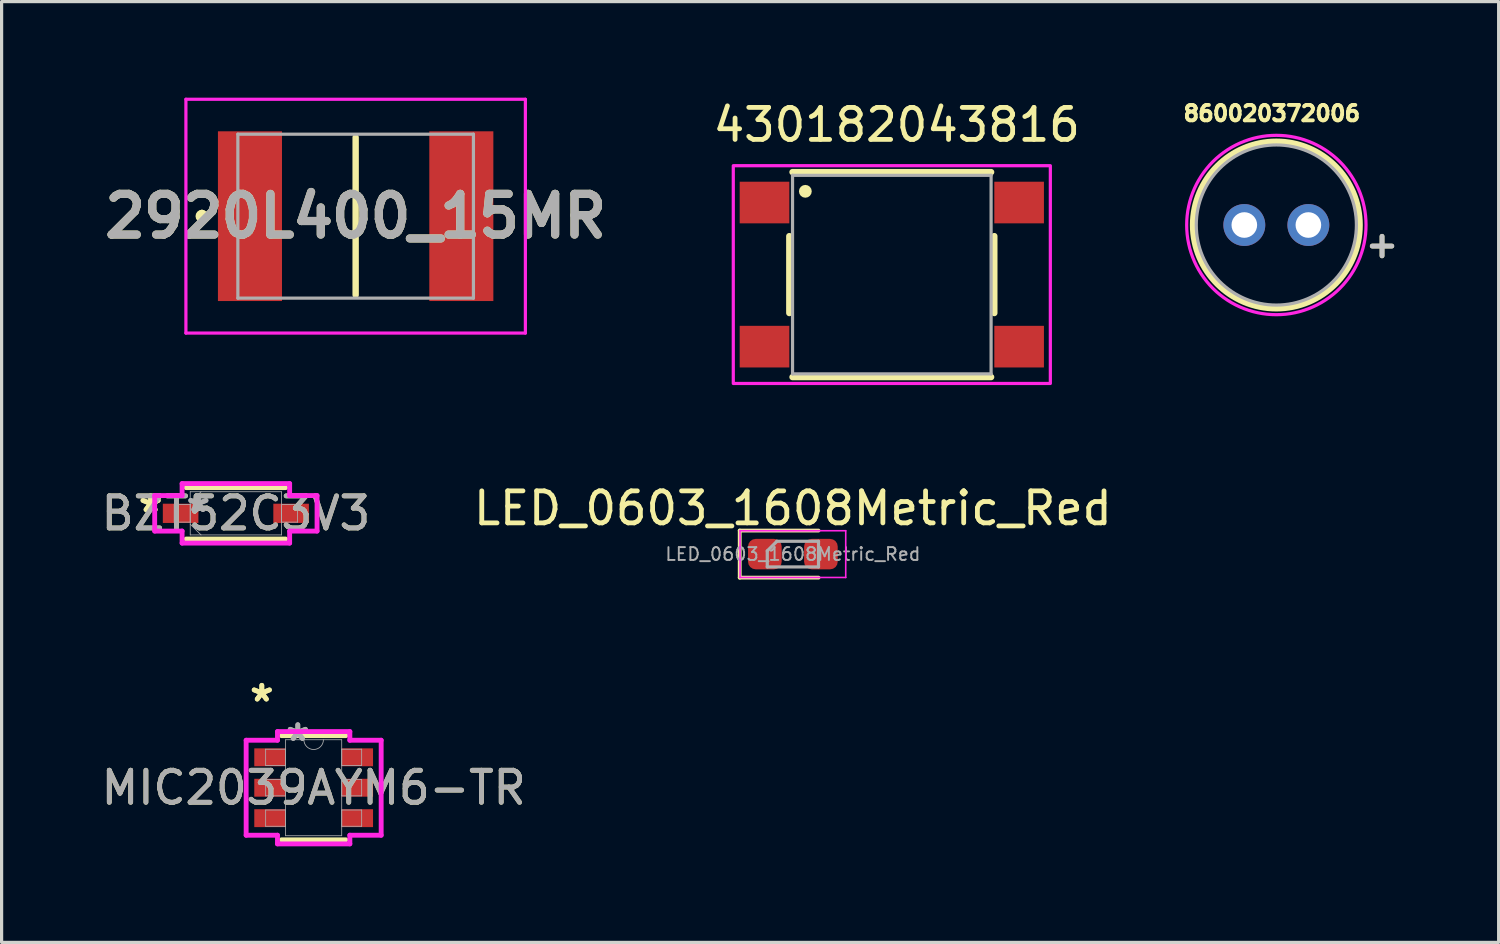
<source format=kicad_pcb>
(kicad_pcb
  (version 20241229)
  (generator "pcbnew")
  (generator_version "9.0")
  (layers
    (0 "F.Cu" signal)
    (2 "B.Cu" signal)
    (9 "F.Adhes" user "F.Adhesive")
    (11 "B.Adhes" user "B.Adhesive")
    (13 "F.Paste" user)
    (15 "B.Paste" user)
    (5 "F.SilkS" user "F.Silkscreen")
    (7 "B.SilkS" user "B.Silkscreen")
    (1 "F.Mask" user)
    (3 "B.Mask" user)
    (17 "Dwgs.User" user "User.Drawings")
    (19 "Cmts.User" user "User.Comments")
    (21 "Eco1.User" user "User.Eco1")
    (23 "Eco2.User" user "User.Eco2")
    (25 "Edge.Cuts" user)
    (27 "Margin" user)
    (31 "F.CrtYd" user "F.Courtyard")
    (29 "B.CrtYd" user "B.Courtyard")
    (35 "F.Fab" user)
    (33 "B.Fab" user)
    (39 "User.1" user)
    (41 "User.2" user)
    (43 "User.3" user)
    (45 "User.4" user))
  (footprint "2920L400_15MR"
    (layer "F.Cu")
    (at 8.055 3.7)
    (property "Reference" "2920L400_15MR" (at 0 0 0) (layer "F.SilkS") (effects (font (size 1.27 1.27) (thickness 0.254))))
    (attr smd)
    (fp_line (start -4.8 -0.1) (end -4.8 -0.1) (stroke (width 0.2) (type solid)) (layer "F.SilkS"))
    (fp_line (start -4.8 0.1) (end -4.8 0.1) (stroke (width 0.2) (type solid)) (layer "F.SilkS"))
    (fp_line (start 0 -2.46) (end 0 2.46) (stroke (width 0.2) (type solid)) (layer "F.SilkS"))
    (fp_arc (start -4.8 -0.1) (mid -4.7 0) (end -4.8 0.1) (stroke (width 0.2) (type solid)) (layer "F.SilkS"))
    (fp_arc (start -4.8 0.1) (mid -4.9 0) (end -4.8 -0.1) (stroke (width 0.2) (type solid)) (layer "F.SilkS"))
    (fp_line (start -5.3 -3.65) (end 5.3 -3.65) (stroke (width 0.1) (type solid)) (layer "F.CrtYd"))
    (fp_line (start -5.3 3.65) (end -5.3 -3.65) (stroke (width 0.1) (type solid)) (layer "F.CrtYd"))
    (fp_line (start 5.3 -3.65) (end 5.3 3.65) (stroke (width 0.1) (type solid)) (layer "F.CrtYd"))
    (fp_line (start 5.3 3.65) (end -5.3 3.65) (stroke (width 0.1) (type solid)) (layer "F.CrtYd"))
    (fp_line (start -3.678 -2.56) (end 3.678 -2.56) (stroke (width 0.1) (type solid)) (layer "F.Fab"))
    (fp_line (start -3.678 2.56) (end -3.678 -2.56) (stroke (width 0.1) (type solid)) (layer "F.Fab"))
    (fp_line (start 3.678 -2.56) (end 3.678 2.56) (stroke (width 0.1) (type solid)) (layer "F.Fab"))
    (fp_line (start 3.678 2.56) (end -3.678 2.56) (stroke (width 0.1) (type solid)) (layer "F.Fab"))
    (fp_text user "${REFERENCE}" (at 0 0 0) (layer "F.Fab") (effects (font (size 1.27 1.27) (thickness 0.254))))
    (pad "1" smd rect (at -3.3 0) (size 2 5.3) (layers "F.Cu" "F.Mask" "F.Paste"))
    (pad "2" smd rect (at 3.3 0) (size 2 5.3) (layers "F.Cu" "F.Mask" "F.Paste")))
  (footprint "BZT52C3V3"
    (layer "F.Cu")
    (at 4.315 12.979)
    (property "Reference" "BZT52C3V3" (at 0 0 0) (unlocked yes) (layer "F.SilkS") (effects (font (size 1 1) (thickness 0.15))))
    (attr smd)
    (fp_line (start -1.552 0.802) (end 1.552 0.802) (stroke (width 0.152) (type solid)) (layer "F.SilkS"))
    (fp_line (start 1.552 -0.802) (end -1.552 -0.802) (stroke (width 0.152) (type solid)) (layer "F.SilkS"))
    (fp_line (start -2.535 -0.554) (end -1.679 -0.554) (stroke (width 0.152) (type solid)) (layer "F.CrtYd"))
    (fp_line (start -2.535 0.554) (end -2.535 -0.554) (stroke (width 0.152) (type solid)) (layer "F.CrtYd"))
    (fp_line (start -1.679 -0.929) (end 1.679 -0.929) (stroke (width 0.152) (type solid)) (layer "F.CrtYd"))
    (fp_line (start -1.679 -0.554) (end -1.679 -0.929) (stroke (width 0.152) (type solid)) (layer "F.CrtYd"))
    (fp_line (start -1.679 0.554) (end -2.535 0.554) (stroke (width 0.152) (type solid)) (layer "F.CrtYd"))
    (fp_line (start -1.679 0.929) (end -1.679 0.554) (stroke (width 0.152) (type solid)) (layer "F.CrtYd"))
    (fp_line (start 1.679 -0.929) (end 1.679 -0.554) (stroke (width 0.152) (type solid)) (layer "F.CrtYd"))
    (fp_line (start 1.679 -0.554) (end 2.535 -0.554) (stroke (width 0.152) (type solid)) (layer "F.CrtYd"))
    (fp_line (start 1.679 0.554) (end 1.679 0.929) (stroke (width 0.152) (type solid)) (layer "F.CrtYd"))
    (fp_line (start 1.679 0.929) (end -1.679 0.929) (stroke (width 0.152) (type solid)) (layer "F.CrtYd"))
    (fp_line (start 2.535 -0.554) (end 2.535 0.554) (stroke (width 0.152) (type solid)) (layer "F.CrtYd"))
    (fp_line (start 2.535 0.554) (end 1.679 0.554) (stroke (width 0.152) (type solid)) (layer "F.CrtYd"))
    (fp_line (start -1.925 -0.275) (end -1.925 0.275) (stroke (width 0.025) (type solid)) (layer "F.Fab"))
    (fp_line (start -1.925 0.275) (end -1.425 0.275) (stroke (width 0.025) (type solid)) (layer "F.Fab"))
    (fp_line (start -1.425 -0.675) (end -1.425 0.675) (stroke (width 0.025) (type solid)) (layer "F.Fab"))
    (fp_line (start -1.425 -0.338) (end -1.087 -0.675) (stroke (width 0.025) (type solid)) (layer "F.Fab"))
    (fp_line (start -1.425 -0.275) (end -1.925 -0.275) (stroke (width 0.025) (type solid)) (layer "F.Fab"))
    (fp_line (start -1.425 0.275) (end -1.425 -0.275) (stroke (width 0.025) (type solid)) (layer "F.Fab"))
    (fp_line (start -1.425 0.338) (end -1.087 0.675) (stroke (width 0.025) (type solid)) (layer "F.Fab"))
    (fp_line (start -1.425 0.675) (end 1.425 0.675) (stroke (width 0.025) (type solid)) (layer "F.Fab"))
    (fp_line (start 1.425 -0.675) (end -1.425 -0.675) (stroke (width 0.025) (type solid)) (layer "F.Fab"))
    (fp_line (start 1.425 -0.275) (end 1.425 0.275) (stroke (width 0.025) (type solid)) (layer "F.Fab"))
    (fp_line (start 1.425 0.275) (end 1.925 0.275) (stroke (width 0.025) (type solid)) (layer "F.Fab"))
    (fp_line (start 1.425 0.675) (end 1.425 -0.675) (stroke (width 0.025) (type solid)) (layer "F.Fab"))
    (fp_line (start 1.925 -0.275) (end 1.425 -0.275) (stroke (width 0.025) (type solid)) (layer "F.Fab"))
    (fp_line (start 1.925 0.275) (end 1.925 -0.275) (stroke (width 0.025) (type solid)) (layer "F.Fab"))
    (fp_text user "*" (at -2.662 0 0) (layer "F.SilkS") (effects (font (size 1 1) (thickness 0.15))))
    (fp_text user "*" (at -2.662 0 0) (unlocked yes) (layer "F.SilkS") (effects (font (size 1 1) (thickness 0.15))))
    (fp_text user "${REFERENCE}" (at 0 0 0) (unlocked yes) (layer "F.Fab") (effects (font (size 1 1) (thickness 0.15))))
    (fp_text user "*" (at -1.171 0 0) (unlocked yes) (layer "F.Fab") (effects (font (size 1 1) (thickness 0.15))))
    (fp_text user "*" (at -1.171 0 0) (layer "F.Fab") (effects (font (size 1 1) (thickness 0.15))))
    (pad "1" smd rect (at -1.725 0) (size 1.111 0.601) (layers "F.Cu" "F.Mask" "F.Paste"))
    (pad "2" smd rect (at 1.725 0) (size 1.111 0.601) (layers "F.Cu" "F.Mask" "F.Paste")))
  (footprint "860020372006"
    (layer "F.Cu")
    (at 36.804 3.976)
    (property "Reference" "860020372006" (at -0.14 -3.485 0) (layer "F.SilkS") (effects (font (size 0.48 0.48) (thickness 0.12))))
    (attr through_hole)
    (fp_circle (center 0 0) (end 2.6 0) (stroke (width 0.2) (type solid)) (fill no) (layer "F.SilkS"))
    (fp_poly (pts (xy 0 2.8) (xy -0.147 2.796) (xy -0.293 2.785) (xy -0.438 2.766) (xy -0.582 2.739) (xy -0.725 2.705) (xy -0.865 2.663) (xy -1.003 2.614) (xy -1.139 2.558) (xy -1.271 2.495) (xy -1.4 2.425) (xy -1.525 2.348) (xy -1.646 2.265) (xy -1.762 2.176) (xy -1.874 2.081) (xy -1.98 1.98) (xy -2.081 1.874) (xy -2.176 1.762) (xy -2.265 1.646) (xy -2.348 1.525) (xy -2.425 1.4) (xy -2.495 1.271) (xy -2.558 1.139) (xy -2.614 1.003) (xy -2.663 0.865) (xy -2.705 0.725) (xy -2.739 0.582) (xy -2.766 0.438) (xy -2.785 0.293) (xy -2.796 0.147) (xy -2.8 0) (xy -2.796 -0.147) (xy -2.785 -0.293) (xy -2.766 -0.438) (xy -2.739 -0.582) (xy -2.705 -0.725) (xy -2.663 -0.865) (xy -2.614 -1.003) (xy -2.558 -1.139) (xy -2.495 -1.271) (xy -2.425 -1.4) (xy -2.348 -1.525) (xy -2.265 -1.646) (xy -2.176 -1.762) (xy -2.081 -1.874) (xy -1.98 -1.98) (xy -1.874 -2.081) (xy -1.762 -2.176) (xy -1.646 -2.265) (xy -1.525 -2.348) (xy -1.4 -2.425) (xy -1.271 -2.495) (xy -1.139 -2.558) (xy -1.003 -2.614) (xy -0.865 -2.663) (xy -0.725 -2.705) (xy -0.582 -2.739) (xy -0.438 -2.766) (xy -0.293 -2.785) (xy -0.147 -2.796) (xy 0 -2.8) (xy 0.147 -2.796) (xy 0.293 -2.785) (xy 0.438 -2.766) (xy 0.582 -2.739) (xy 0.725 -2.705) (xy 0.865 -2.663) (xy 1.003 -2.614) (xy 1.139 -2.558) (xy 1.271 -2.495) (xy 1.4 -2.425) (xy 1.525 -2.348) (xy 1.646 -2.265) (xy 1.762 -2.176) (xy 1.874 -2.081) (xy 1.98 -1.98) (xy 2.081 -1.874) (xy 2.176 -1.762) (xy 2.265 -1.646) (xy 2.348 -1.525) (xy 2.425 -1.4) (xy 2.495 -1.271) (xy 2.558 -1.139) (xy 2.614 -1.003) (xy 2.663 -0.865) (xy 2.705 -0.725) (xy 2.739 -0.582) (xy 2.766 -0.438) (xy 2.785 -0.293) (xy 2.796 -0.147) (xy 2.8 0) (xy 2.796 0.147) (xy 2.785 0.293) (xy 2.766 0.438) (xy 2.739 0.582) (xy 2.705 0.725) (xy 2.663 0.865) (xy 2.614 1.003) (xy 2.558 1.139) (xy 2.495 1.271) (xy 2.425 1.4) (xy 2.348 1.525) (xy 2.265 1.646) (xy 2.176 1.762) (xy 2.081 1.874) (xy 1.98 1.98) (xy 1.874 2.081) (xy 1.762 2.176) (xy 1.646 2.265) (xy 1.525 2.348) (xy 1.4 2.425) (xy 1.271 2.495) (xy 1.139 2.558) (xy 1.003 2.614) (xy 0.865 2.663) (xy 0.725 2.705) (xy 0.582 2.739) (xy 0.438 2.766) (xy 0.293 2.785) (xy 0.147 2.796) (xy 0 2.8)) (stroke (width 0.1) (type solid)) (fill no) (layer "F.CrtYd"))
    (fp_circle (center 0 0) (end 2.5 0) (stroke (width 0.1) (type solid)) (fill no) (layer "F.Fab"))
    (fp_text user "+" (at 3.3 0.6 0) (layer "F.SilkS") (effects (font (size 0.8 0.8) (thickness 0.15))))
    (fp_text user "+" (at 3.3 0.6 0) (layer "Dwgs.User") (effects (font (size 0.8 0.8) (thickness 0.15))))
    (pad "1" thru_hole circle (at 1 0) (size 1.308 1.308) (drill 0.8) (layers "*.Cu" "*.Mask"))
    (pad "2" thru_hole circle (at -1 0) (size 1.308 1.308) (drill 0.8) (layers "*.Cu" "*.Mask")))
  (footprint "MIC2039AYM6-TR"
    (layer "F.Cu")
    (at 6.744 21.547)
    (property "Reference" "MIC2039AYM6-TR" (at 0 0 0) (unlocked yes) (layer "F.SilkS") (effects (font (size 1 1) (thickness 0.15))))
    (attr smd)
    (fp_line (start -1.003 1.626) (end 1.003 1.626) (stroke (width 0.152) (type solid)) (layer "F.SilkS"))
    (fp_line (start 1.003 -1.626) (end -1.003 -1.626) (stroke (width 0.152) (type solid)) (layer "F.SilkS"))
    (fp_line (start -2.108 -1.483) (end -1.13 -1.483) (stroke (width 0.152) (type solid)) (layer "F.CrtYd"))
    (fp_line (start -2.108 1.483) (end -2.108 -1.483) (stroke (width 0.152) (type solid)) (layer "F.CrtYd"))
    (fp_line (start -2.108 1.483) (end -1.13 1.483) (stroke (width 0.152) (type solid)) (layer "F.CrtYd"))
    (fp_line (start -1.13 -1.753) (end 1.13 -1.753) (stroke (width 0.152) (type solid)) (layer "F.CrtYd"))
    (fp_line (start -1.13 -1.483) (end -1.13 -1.753) (stroke (width 0.152) (type solid)) (layer "F.CrtYd"))
    (fp_line (start -1.13 1.753) (end -1.13 1.483) (stroke (width 0.152) (type solid)) (layer "F.CrtYd"))
    (fp_line (start 1.13 -1.753) (end 1.13 -1.483) (stroke (width 0.152) (type solid)) (layer "F.CrtYd"))
    (fp_line (start 1.13 1.483) (end 1.13 1.753) (stroke (width 0.152) (type solid)) (layer "F.CrtYd"))
    (fp_line (start 1.13 1.753) (end -1.13 1.753) (stroke (width 0.152) (type solid)) (layer "F.CrtYd"))
    (fp_line (start 2.108 -1.483) (end 1.13 -1.483) (stroke (width 0.152) (type solid)) (layer "F.CrtYd"))
    (fp_line (start 2.108 -1.483) (end 2.108 1.483) (stroke (width 0.152) (type solid)) (layer "F.CrtYd"))
    (fp_line (start 2.108 1.483) (end 1.13 1.483) (stroke (width 0.152) (type solid)) (layer "F.CrtYd"))
    (fp_line (start -1.499 -1.204) (end -1.499 -0.696) (stroke (width 0.025) (type solid)) (layer "F.Fab"))
    (fp_line (start -1.499 -0.696) (end -0.876 -0.696) (stroke (width 0.025) (type solid)) (layer "F.Fab"))
    (fp_line (start -1.499 -0.254) (end -1.499 0.254) (stroke (width 0.025) (type solid)) (layer "F.Fab"))
    (fp_line (start -1.499 0.254) (end -0.876 0.254) (stroke (width 0.025) (type solid)) (layer "F.Fab"))
    (fp_line (start -1.499 0.696) (end -1.499 1.204) (stroke (width 0.025) (type solid)) (layer "F.Fab"))
    (fp_line (start -1.499 1.204) (end -0.876 1.204) (stroke (width 0.025) (type solid)) (layer "F.Fab"))
    (fp_line (start -0.876 -1.499) (end -0.876 1.499) (stroke (width 0.025) (type solid)) (layer "F.Fab"))
    (fp_line (start -0.876 -1.204) (end -1.499 -1.204) (stroke (width 0.025) (type solid)) (layer "F.Fab"))
    (fp_line (start -0.876 -0.696) (end -0.876 -1.204) (stroke (width 0.025) (type solid)) (layer "F.Fab"))
    (fp_line (start -0.876 -0.254) (end -1.499 -0.254) (stroke (width 0.025) (type solid)) (layer "F.Fab"))
    (fp_line (start -0.876 0.254) (end -0.876 -0.254) (stroke (width 0.025) (type solid)) (layer "F.Fab"))
    (fp_line (start -0.876 0.696) (end -1.499 0.696) (stroke (width 0.025) (type solid)) (layer "F.Fab"))
    (fp_line (start -0.876 1.204) (end -0.876 0.696) (stroke (width 0.025) (type solid)) (layer "F.Fab"))
    (fp_line (start -0.876 1.499) (end 0.876 1.499) (stroke (width 0.025) (type solid)) (layer "F.Fab"))
    (fp_line (start 0.876 -1.499) (end -0.876 -1.499) (stroke (width 0.025) (type solid)) (layer "F.Fab"))
    (fp_line (start 0.876 -1.204) (end 0.876 -0.696) (stroke (width 0.025) (type solid)) (layer "F.Fab"))
    (fp_line (start 0.876 -0.696) (end 1.499 -0.696) (stroke (width 0.025) (type solid)) (layer "F.Fab"))
    (fp_line (start 0.876 -0.254) (end 0.876 0.254) (stroke (width 0.025) (type solid)) (layer "F.Fab"))
    (fp_line (start 0.876 0.254) (end 1.499 0.254) (stroke (width 0.025) (type solid)) (layer "F.Fab"))
    (fp_line (start 0.876 0.696) (end 0.876 1.204) (stroke (width 0.025) (type solid)) (layer "F.Fab"))
    (fp_line (start 0.876 1.204) (end 1.499 1.204) (stroke (width 0.025) (type solid)) (layer "F.Fab"))
    (fp_line (start 0.876 1.499) (end 0.876 -1.499) (stroke (width 0.025) (type solid)) (layer "F.Fab"))
    (fp_line (start 1.499 -1.204) (end 0.876 -1.204) (stroke (width 0.025) (type solid)) (layer "F.Fab"))
    (fp_line (start 1.499 -0.696) (end 1.499 -1.204) (stroke (width 0.025) (type solid)) (layer "F.Fab"))
    (fp_line (start 1.499 -0.254) (end 0.876 -0.254) (stroke (width 0.025) (type solid)) (layer "F.Fab"))
    (fp_line (start 1.499 0.254) (end 1.499 -0.254) (stroke (width 0.025) (type solid)) (layer "F.Fab"))
    (fp_line (start 1.499 0.696) (end 0.876 0.696) (stroke (width 0.025) (type solid)) (layer "F.Fab"))
    (fp_line (start 1.499 1.204) (end 1.499 0.696) (stroke (width 0.025) (type solid)) (layer "F.Fab"))
    (fp_arc (start 0.3048 -1.4986) (mid 0 -1.1938) (end -0.3048 -1.4986) (stroke (width 0.0254) (type solid)) (layer "F.Fab"))
    (fp_text user "*" (at -1.619 -2.652 0) (layer "F.SilkS") (effects (font (size 1 1) (thickness 0.15))))
    (fp_text user "*" (at -1.619 -2.652 0) (unlocked yes) (layer "F.SilkS") (effects (font (size 1 1) (thickness 0.15))))
    (fp_text user "*" (at -0.495 -1.422 0) (layer "F.Fab") (effects (font (size 1 1) (thickness 0.15))))
    (fp_text user "${REFERENCE}" (at 0 0 0) (unlocked yes) (layer "F.Fab") (effects (font (size 1 1) (thickness 0.15))))
    (fp_text user "*" (at -0.495 -1.422 0) (unlocked yes) (layer "F.Fab") (effects (font (size 1 1) (thickness 0.15))))
    (pad "1" smd rect (at -1.365 -0.95) (size 0.978 0.559) (layers "F.Cu" "F.Mask" "F.Paste"))
    (pad "2" smd rect (at -1.365 0) (size 0.978 0.559) (layers "F.Cu" "F.Mask" "F.Paste"))
    (pad "3" smd rect (at -1.365 0.95) (size 0.978 0.559) (layers "F.Cu" "F.Mask" "F.Paste"))
    (pad "4" smd rect (at 1.365 0.95) (size 0.978 0.559) (layers "F.Cu" "F.Mask" "F.Paste"))
    (pad "5" smd rect (at 1.365 0) (size 0.978 0.559) (layers "F.Cu" "F.Mask" "F.Paste"))
    (pad "6" smd rect (at 1.365 -0.95) (size 0.978 0.559) (layers "F.Cu" "F.Mask" "F.Paste")))
  (footprint "LED_0603_1608Metric_Red"
    (layer "F.Cu")
    (at 21.708 14.252)
    (property "Reference" "LED_0603_1608Metric_Red" (at 0 -1.43 0) (layer "F.SilkS") (effects (font (size 1 1) (thickness 0.15))))
    (attr smd)
    (fp_line (start -1.66 -0.735) (end -1.66 0.735) (stroke (width 0.12) (type solid)) (layer "F.SilkS"))
    (fp_line (start -1.66 0.735) (end 0.8 0.735) (stroke (width 0.12) (type solid)) (layer "F.SilkS"))
    (fp_line (start 0.8 -0.735) (end -1.66 -0.735) (stroke (width 0.12) (type solid)) (layer "F.SilkS"))
    (fp_line (start -1.65 -0.73) (end 1.65 -0.73) (stroke (width 0.05) (type solid)) (layer "F.CrtYd"))
    (fp_line (start -1.65 0.73) (end -1.65 -0.73) (stroke (width 0.05) (type solid)) (layer "F.CrtYd"))
    (fp_line (start 1.65 -0.73) (end 1.65 0.73) (stroke (width 0.05) (type solid)) (layer "F.CrtYd"))
    (fp_line (start 1.65 0.73) (end -1.65 0.73) (stroke (width 0.05) (type solid)) (layer "F.CrtYd"))
    (fp_line (start -0.8 -0.1) (end -0.8 0.4) (stroke (width 0.1) (type solid)) (layer "F.Fab"))
    (fp_line (start -0.8 0.4) (end 0.8 0.4) (stroke (width 0.1) (type solid)) (layer "F.Fab"))
    (fp_line (start -0.5 -0.4) (end -0.8 -0.1) (stroke (width 0.1) (type solid)) (layer "F.Fab"))
    (fp_line (start 0.8 -0.4) (end -0.5 -0.4) (stroke (width 0.1) (type solid)) (layer "F.Fab"))
    (fp_line (start 0.8 0.4) (end 0.8 -0.4) (stroke (width 0.1) (type solid)) (layer "F.Fab"))
    (fp_text user "${REFERENCE}" (at 0 0 0) (layer "F.Fab") (effects (font (size 0.4 0.4) (thickness 0.06))))
    (pad "1" smd roundrect (at -0.875 0) (size 1.05 0.95) (layers "F.Cu" "F.Mask" "F.Paste") (roundrect_rratio 0.25))
    (pad "2" smd roundrect (at 0.875 0) (size 1.05 0.95) (layers "F.Cu" "F.Mask" "F.Paste") (roundrect_rratio 0.25)))
  (footprint "430182043816"
    (layer "F.Cu")
    (at 24.797 5.524)
    (property "Reference" "430182043816" (at 0.153 -4.676 0) (layer "F.SilkS") (effects (font (size 1 1) (thickness 0.15))))
    (attr smd)
    (fp_line (start -3.2 -1.2) (end -3.2 1.2) (stroke (width 0.2) (type solid)) (layer "F.SilkS"))
    (fp_line (start -3.1 -3.2) (end 3.1 -3.2) (stroke (width 0.2) (type solid)) (layer "F.SilkS"))
    (fp_line (start 3.1 3.2) (end -3.1 3.2) (stroke (width 0.2) (type solid)) (layer "F.SilkS"))
    (fp_line (start 3.2 1.2) (end 3.2 -1.2) (stroke (width 0.2) (type solid)) (layer "F.SilkS"))
    (fp_circle (center -2.7 -2.6) (end -2.6 -2.6) (stroke (width 0.2) (type solid)) (fill no) (layer "F.SilkS"))
    (fp_poly (pts (xy -4.95 -3.4) (xy 4.95 -3.4) (xy 4.95 3.4) (xy -4.95 3.4)) (stroke (width 0.1) (type solid)) (fill no) (layer "F.CrtYd"))
    (fp_line (start -3.1 -3.1) (end -3.1 3.1) (stroke (width 0.1) (type solid)) (layer "F.Fab"))
    (fp_line (start -3.1 3.1) (end 3.1 3.1) (stroke (width 0.1) (type solid)) (layer "F.Fab"))
    (fp_line (start 3.1 -3.1) (end -3.1 -3.1) (stroke (width 0.1) (type solid)) (layer "F.Fab"))
    (fp_line (start 3.1 3.1) (end 3.1 -3.1) (stroke (width 0.1) (type solid)) (layer "F.Fab"))
    (pad "1" smd rect (at -3.975 -2.25) (size 1.55 1.3) (layers "F.Cu" "F.Mask" "F.Paste"))
    (pad "1" smd rect (at 3.975 -2.25) (size 1.55 1.3) (layers "F.Cu" "F.Mask" "F.Paste"))
    (pad "2" smd rect (at -3.975 2.25) (size 1.55 1.3) (layers "F.Cu" "F.Mask" "F.Paste"))
    (pad "2" smd rect (at 3.975 2.25) (size 1.55 1.3) (layers "F.Cu" "F.Mask" "F.Paste")))
  (gr_rect
    (start -3 -3)
    (end 43.745 26.376)
    (stroke (width 0.1) (type default))
    (fill no)
    (layer "Edge.Cuts")))
</source>
